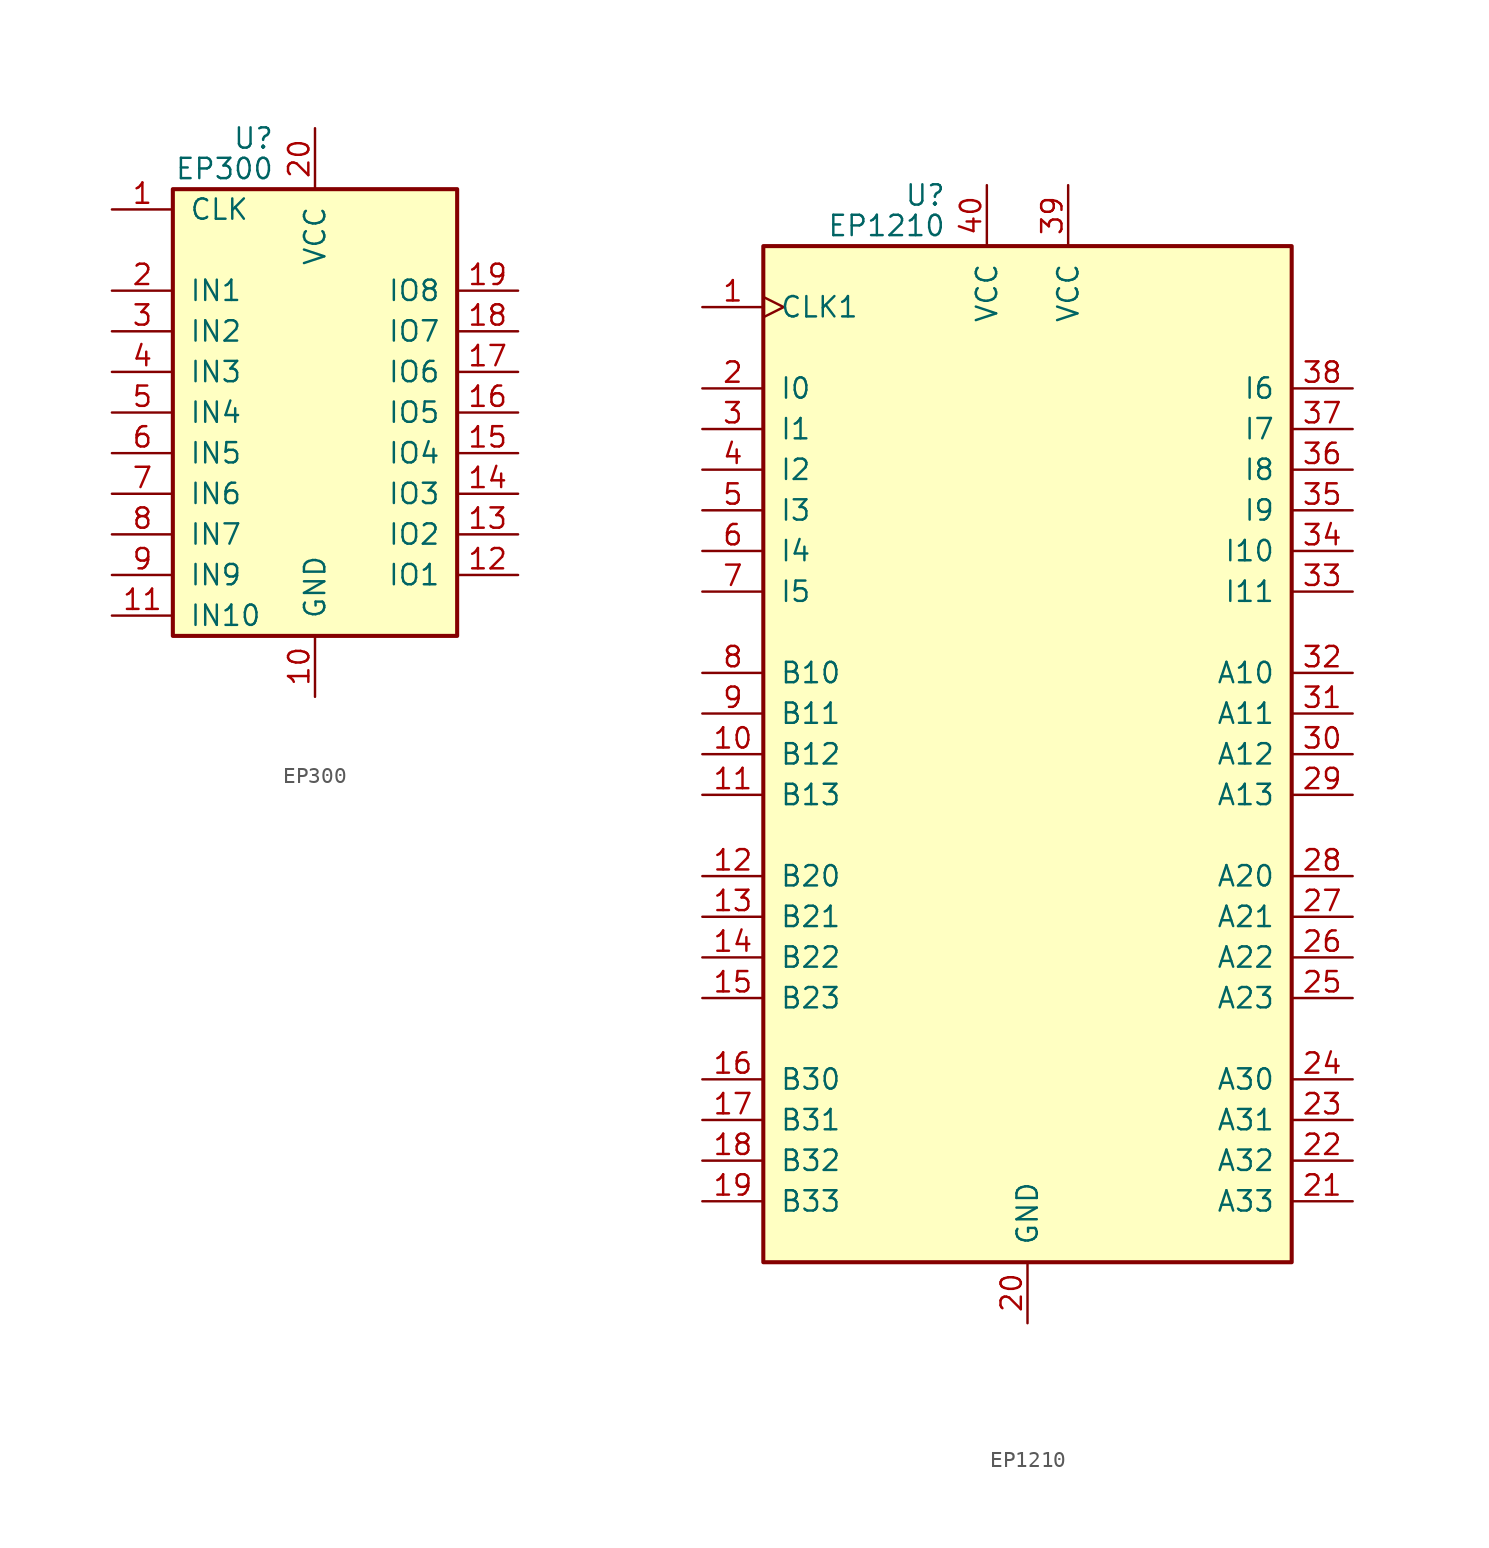
<source format=kicad_sym>
(kicad_symbol_lib
  (version 20201005)
  (generator kicad_symbol_editor)
  (symbol "EP300"
    (pin_names
      (offset 1.016))
    (property "Reference" "U"
      (at -2.54 17.145 0)
      (effects (font (size 1.27 1.27)) (justify right)))
    (property "Value" "EP300"
      (at -2.54 15.24 0)
      (effects (font (size 1.27 1.27)) (justify right)))
    (symbol "EP300_0_1"
      (rectangle (start -8.89 -13.97) (end 8.89 13.97) (stroke (width 0.254)) (fill (type background))))
    (symbol "EP300_1_1"
      (pin input line (at -12.7 12.7 0) (length 3.81) (name "CLK" (effects (font (size 1.27 1.27)))) (number "1" (effects (font (size 1.27 1.27)))))
      (pin power_in line (at 0 -17.78 90) (length 3.81) (name "GND" (effects (font (size 1.27 1.27)))) (number "10" (effects (font (size 1.27 1.27)))))
      (pin input line (at -12.7 -12.7 0) (length 3.81) (name "IN10" (effects (font (size 1.27 1.27)))) (number "11" (effects (font (size 1.27 1.27)))))
      (pin input line (at 12.7 -10.16 180) (length 3.81) (name "IO1" (effects (font (size 1.27 1.27)))) (number "12" (effects (font (size 1.27 1.27)))))
      (pin input line (at 12.7 -7.62 180) (length 3.81) (name "IO2" (effects (font (size 1.27 1.27)))) (number "13" (effects (font (size 1.27 1.27)))))
      (pin input line (at 12.7 -5.08 180) (length 3.81) (name "IO3" (effects (font (size 1.27 1.27)))) (number "14" (effects (font (size 1.27 1.27)))))
      (pin input line (at 12.7 -2.54 180) (length 3.81) (name "IO4" (effects (font (size 1.27 1.27)))) (number "15" (effects (font (size 1.27 1.27)))))
      (pin input line (at 12.7 0 180) (length 3.81) (name "IO5" (effects (font (size 1.27 1.27)))) (number "16" (effects (font (size 1.27 1.27)))))
      (pin input line (at 12.7 2.54 180) (length 3.81) (name "IO6" (effects (font (size 1.27 1.27)))) (number "17" (effects (font (size 1.27 1.27)))))
      (pin input line (at 12.7 5.08 180) (length 3.81) (name "IO7" (effects (font (size 1.27 1.27)))) (number "18" (effects (font (size 1.27 1.27)))))
      (pin input line (at 12.7 7.62 180) (length 3.81) (name "IO8" (effects (font (size 1.27 1.27)))) (number "19" (effects (font (size 1.27 1.27)))))
      (pin input line (at -12.7 7.62 0) (length 3.81) (name "IN1" (effects (font (size 1.27 1.27)))) (number "2" (effects (font (size 1.27 1.27)))))
      (pin power_in line (at 0 17.78 270) (length 3.81) (name "VCC" (effects (font (size 1.27 1.27)))) (number "20" (effects (font (size 1.27 1.27)))))
      (pin input line (at -12.7 5.08 0) (length 3.81) (name "IN2" (effects (font (size 1.27 1.27)))) (number "3" (effects (font (size 1.27 1.27)))))
      (pin input line (at -12.7 2.54 0) (length 3.81) (name "IN3" (effects (font (size 1.27 1.27)))) (number "4" (effects (font (size 1.27 1.27)))))
      (pin input line (at -12.7 0 0) (length 3.81) (name "IN4" (effects (font (size 1.27 1.27)))) (number "5" (effects (font (size 1.27 1.27)))))
      (pin input line (at -12.7 -2.54 0) (length 3.81) (name "IN5" (effects (font (size 1.27 1.27)))) (number "6" (effects (font (size 1.27 1.27)))))
      (pin input line (at -12.7 -5.08 0) (length 3.81) (name "IN6" (effects (font (size 1.27 1.27)))) (number "7" (effects (font (size 1.27 1.27)))))
      (pin input line (at -12.7 -7.62 0) (length 3.81) (name "IN7" (effects (font (size 1.27 1.27)))) (number "8" (effects (font (size 1.27 1.27)))))
      (pin input line (at -12.7 -10.16 0) (length 3.81) (name "IN9" (effects (font (size 1.27 1.27)))) (number "9" (effects (font (size 1.27 1.27)))))))
  (symbol "EP1210"
    (pin_names
      (offset 1.016))
    (property "Reference" "U"
      (at -5.08 34.925 0)
      (effects (font (size 1.27 1.27)) (justify right)))
    (property "Value" "EP1210"
      (at -5.08 33.02 0)
      (effects (font (size 1.27 1.27)) (justify right)))
    (symbol "EP1210_0_1"
      (rectangle (start -16.51 -31.75) (end 16.51 31.75) (stroke (width 0.254)) (fill (type background))))
    (symbol "EP1210_1_1"
      (pin input clock (at -20.32 27.94 0) (length 3.81) (name "CLK1" (effects (font (size 1.27 1.27)))) (number "1" (effects (font (size 1.27 1.27)))))
      (pin input line (at -20.32 0 0) (length 3.81) (name "B12" (effects (font (size 1.27 1.27)))) (number "10" (effects (font (size 1.27 1.27)))))
      (pin input line (at -20.32 -2.54 0) (length 3.81) (name "B13" (effects (font (size 1.27 1.27)))) (number "11" (effects (font (size 1.27 1.27)))))
      (pin input line (at -20.32 -7.62 0) (length 3.81) (name "B20" (effects (font (size 1.27 1.27)))) (number "12" (effects (font (size 1.27 1.27)))))
      (pin input line (at -20.32 -10.16 0) (length 3.81) (name "B21" (effects (font (size 1.27 1.27)))) (number "13" (effects (font (size 1.27 1.27)))))
      (pin input line (at -20.32 -12.7 0) (length 3.81) (name "B22" (effects (font (size 1.27 1.27)))) (number "14" (effects (font (size 1.27 1.27)))))
      (pin input line (at -20.32 -15.24 0) (length 3.81) (name "B23" (effects (font (size 1.27 1.27)))) (number "15" (effects (font (size 1.27 1.27)))))
      (pin input line (at -20.32 -20.32 0) (length 3.81) (name "B30" (effects (font (size 1.27 1.27)))) (number "16" (effects (font (size 1.27 1.27)))))
      (pin input line (at -20.32 -22.86 0) (length 3.81) (name "B31" (effects (font (size 1.27 1.27)))) (number "17" (effects (font (size 1.27 1.27)))))
      (pin input line (at -20.32 -25.4 0) (length 3.81) (name "B32" (effects (font (size 1.27 1.27)))) (number "18" (effects (font (size 1.27 1.27)))))
      (pin input line (at -20.32 -27.94 0) (length 3.81) (name "B33" (effects (font (size 1.27 1.27)))) (number "19" (effects (font (size 1.27 1.27)))))
      (pin input line (at -20.32 22.86 0) (length 3.81) (name "I0" (effects (font (size 1.27 1.27)))) (number "2" (effects (font (size 1.27 1.27)))))
      (pin power_in line (at 0 -35.56 90) (length 3.81) (name "GND" (effects (font (size 1.27 1.27)))) (number "20" (effects (font (size 1.27 1.27)))))
      (pin input line (at 20.32 -27.94 180) (length 3.81) (name "A33" (effects (font (size 1.27 1.27)))) (number "21" (effects (font (size 1.27 1.27)))))
      (pin input line (at 20.32 -25.4 180) (length 3.81) (name "A32" (effects (font (size 1.27 1.27)))) (number "22" (effects (font (size 1.27 1.27)))))
      (pin input line (at 20.32 -22.86 180) (length 3.81) (name "A31" (effects (font (size 1.27 1.27)))) (number "23" (effects (font (size 1.27 1.27)))))
      (pin input line (at 20.32 -20.32 180) (length 3.81) (name "A30" (effects (font (size 1.27 1.27)))) (number "24" (effects (font (size 1.27 1.27)))))
      (pin input line (at 20.32 -15.24 180) (length 3.81) (name "A23" (effects (font (size 1.27 1.27)))) (number "25" (effects (font (size 1.27 1.27)))))
      (pin input line (at 20.32 -12.7 180) (length 3.81) (name "A22" (effects (font (size 1.27 1.27)))) (number "26" (effects (font (size 1.27 1.27)))))
      (pin input line (at 20.32 -10.16 180) (length 3.81) (name "A21" (effects (font (size 1.27 1.27)))) (number "27" (effects (font (size 1.27 1.27)))))
      (pin input line (at 20.32 -7.62 180) (length 3.81) (name "A20" (effects (font (size 1.27 1.27)))) (number "28" (effects (font (size 1.27 1.27)))))
      (pin input line (at 20.32 -2.54 180) (length 3.81) (name "A13" (effects (font (size 1.27 1.27)))) (number "29" (effects (font (size 1.27 1.27)))))
      (pin input line (at -20.32 20.32 0) (length 3.81) (name "I1" (effects (font (size 1.27 1.27)))) (number "3" (effects (font (size 1.27 1.27)))))
      (pin input line (at 20.32 0 180) (length 3.81) (name "A12" (effects (font (size 1.27 1.27)))) (number "30" (effects (font (size 1.27 1.27)))))
      (pin input line (at 20.32 2.54 180) (length 3.81) (name "A11" (effects (font (size 1.27 1.27)))) (number "31" (effects (font (size 1.27 1.27)))))
      (pin input line (at 20.32 5.08 180) (length 3.81) (name "A10" (effects (font (size 1.27 1.27)))) (number "32" (effects (font (size 1.27 1.27)))))
      (pin input line (at 20.32 10.16 180) (length 3.81) (name "I11" (effects (font (size 1.27 1.27)))) (number "33" (effects (font (size 1.27 1.27)))))
      (pin input line (at 20.32 12.7 180) (length 3.81) (name "I10" (effects (font (size 1.27 1.27)))) (number "34" (effects (font (size 1.27 1.27)))))
      (pin input line (at 20.32 15.24 180) (length 3.81) (name "I9" (effects (font (size 1.27 1.27)))) (number "35" (effects (font (size 1.27 1.27)))))
      (pin input line (at 20.32 17.78 180) (length 3.81) (name "I8" (effects (font (size 1.27 1.27)))) (number "36" (effects (font (size 1.27 1.27)))))
      (pin input line (at 20.32 20.32 180) (length 3.81) (name "I7" (effects (font (size 1.27 1.27)))) (number "37" (effects (font (size 1.27 1.27)))))
      (pin input line (at 20.32 22.86 180) (length 3.81) (name "I6" (effects (font (size 1.27 1.27)))) (number "38" (effects (font (size 1.27 1.27)))))
      (pin power_in line (at 2.54 35.56 270) (length 3.81) (name "VCC" (effects (font (size 1.27 1.27)))) (number "39" (effects (font (size 1.27 1.27)))))
      (pin input line (at -20.32 17.78 0) (length 3.81) (name "I2" (effects (font (size 1.27 1.27)))) (number "4" (effects (font (size 1.27 1.27)))))
      (pin power_in line (at -2.54 35.56 270) (length 3.81) (name "VCC" (effects (font (size 1.27 1.27)))) (number "40" (effects (font (size 1.27 1.27)))))
      (pin input line (at -20.32 15.24 0) (length 3.81) (name "I3" (effects (font (size 1.27 1.27)))) (number "5" (effects (font (size 1.27 1.27)))))
      (pin input line (at -20.32 12.7 0) (length 3.81) (name "I4" (effects (font (size 1.27 1.27)))) (number "6" (effects (font (size 1.27 1.27)))))
      (pin input line (at -20.32 10.16 0) (length 3.81) (name "I5" (effects (font (size 1.27 1.27)))) (number "7" (effects (font (size 1.27 1.27)))))
      (pin input line (at -20.32 5.08 0) (length 3.81) (name "B10" (effects (font (size 1.27 1.27)))) (number "8" (effects (font (size 1.27 1.27)))))
      (pin input line (at -20.32 2.54 0) (length 3.81) (name "B11" (effects (font (size 1.27 1.27)))) (number "9" (effects (font (size 1.27 1.27))))))))
</source>
